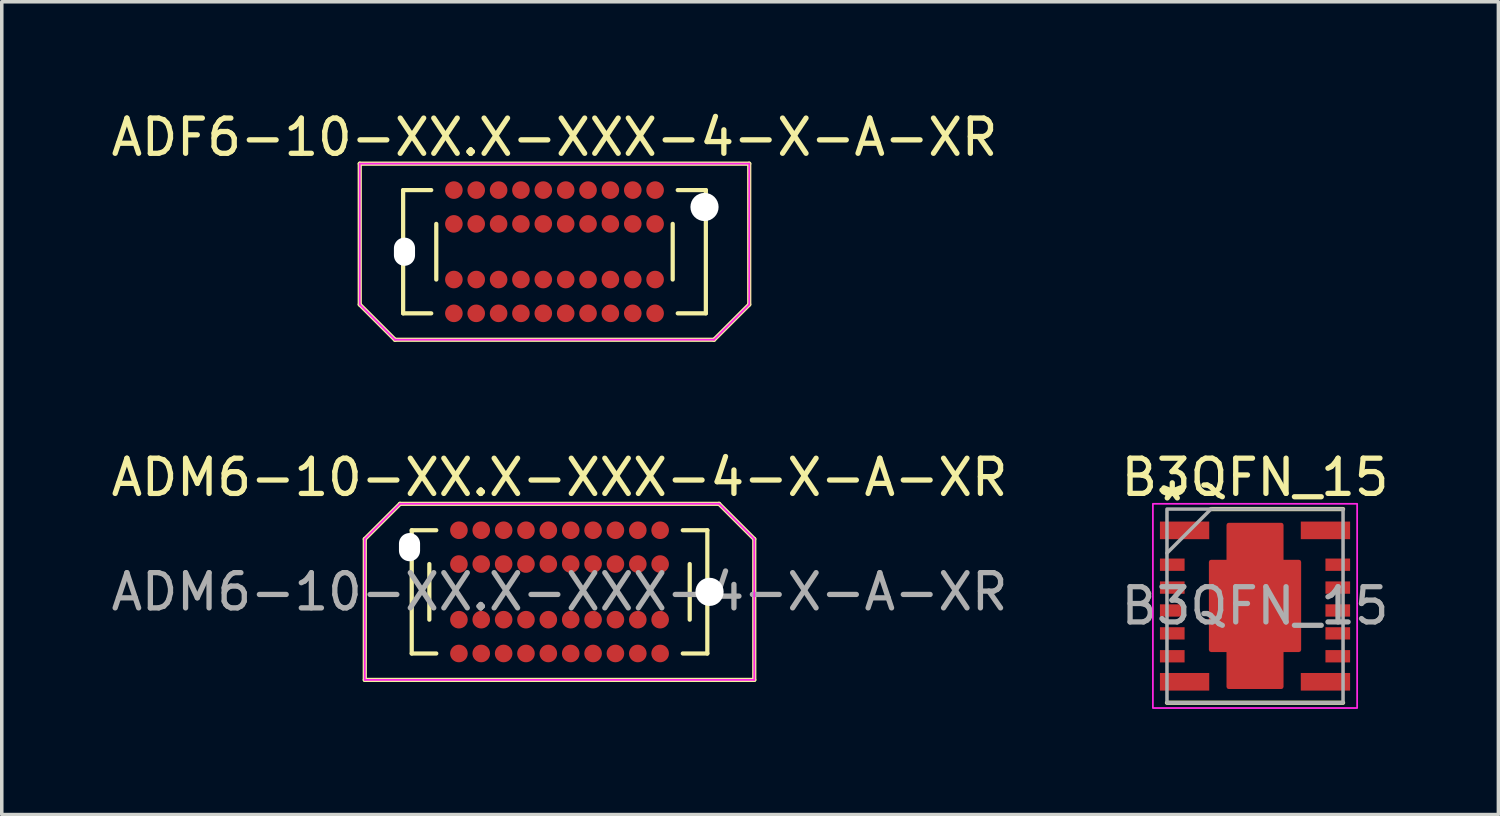
<source format=kicad_pcb>
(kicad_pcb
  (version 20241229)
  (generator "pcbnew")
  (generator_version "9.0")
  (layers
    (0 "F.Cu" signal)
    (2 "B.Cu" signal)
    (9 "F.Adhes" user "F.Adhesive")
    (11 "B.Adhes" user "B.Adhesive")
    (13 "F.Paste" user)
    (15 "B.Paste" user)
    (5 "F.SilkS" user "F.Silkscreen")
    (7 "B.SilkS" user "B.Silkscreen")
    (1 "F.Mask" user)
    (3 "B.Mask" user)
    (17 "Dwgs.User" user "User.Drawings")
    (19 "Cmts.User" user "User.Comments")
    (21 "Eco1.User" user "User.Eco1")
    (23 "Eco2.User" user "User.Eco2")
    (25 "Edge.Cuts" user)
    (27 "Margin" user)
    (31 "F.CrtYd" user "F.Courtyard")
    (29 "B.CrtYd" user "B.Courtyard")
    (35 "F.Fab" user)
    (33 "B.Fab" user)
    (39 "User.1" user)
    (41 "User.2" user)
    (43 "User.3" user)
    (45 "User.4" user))
  (footprint "ADM6-10-XX.X-XXX-4-X-A-XR"
    (layer "F.Cu")
    (at 12.839 13.757)
    (property "Reference" "ADM6-10-XX.X-XXX-4-X-A-XR" (at 0 -3.25 0) (layer "F.SilkS") (effects (font (size 1 1) (thickness 0.15))))
    (attr smd)
    (fp_line (start -5.53 -1.5) (end -5.53 2.5) (stroke (width 0.12) (type solid)) (layer "F.SilkS"))
    (fp_line (start -5.53 2.5) (end 5.53 2.5) (stroke (width 0.12) (type solid)) (layer "F.SilkS"))
    (fp_line (start -4.53 -2.5) (end -5.53 -1.5) (stroke (width 0.12) (type solid)) (layer "F.SilkS"))
    (fp_line (start -4.53 -2.5) (end 4.53 -2.5) (stroke (width 0.12) (type solid)) (layer "F.SilkS"))
    (fp_line (start -4.197 -1.75) (end -4.197 1.75) (stroke (width 0.12) (type solid)) (layer "F.SilkS"))
    (fp_line (start -4.197 -1.75) (end -3.5 -1.75) (stroke (width 0.12) (type solid)) (layer "F.SilkS"))
    (fp_line (start -4.197 1.75) (end -3.5 1.75) (stroke (width 0.12) (type solid)) (layer "F.SilkS"))
    (fp_line (start -3.697 -0.79) (end -3.697 0.79) (stroke (width 0.12) (type solid)) (layer "F.SilkS"))
    (fp_line (start 3.697 0.79) (end 3.697 -0.79) (stroke (width 0.12) (type solid)) (layer "F.SilkS"))
    (fp_line (start 4.197 -1.75) (end 3.5 -1.75) (stroke (width 0.12) (type solid)) (layer "F.SilkS"))
    (fp_line (start 4.197 1.75) (end 3.5 1.75) (stroke (width 0.12) (type solid)) (layer "F.SilkS"))
    (fp_line (start 4.197 1.75) (end 4.197 -1.75) (stroke (width 0.12) (type solid)) (layer "F.SilkS"))
    (fp_line (start 4.53 -2.5) (end 5.53 -1.5) (stroke (width 0.12) (type solid)) (layer "F.SilkS"))
    (fp_line (start 5.53 -1.5) (end 5.53 2.5) (stroke (width 0.12) (type solid)) (layer "F.SilkS"))
    (fp_line (start -5.53 -1.5) (end -4.53 -2.5) (stroke (width 0.05) (type solid)) (layer "F.CrtYd"))
    (fp_line (start -5.53 2.5) (end -5.53 -1.5) (stroke (width 0.05) (type solid)) (layer "F.CrtYd"))
    (fp_line (start -4.53 -2.5) (end 4.53 -2.5) (stroke (width 0.05) (type solid)) (layer "F.CrtYd"))
    (fp_line (start 4.53 -2.5) (end 5.53 -1.5) (stroke (width 0.05) (type solid)) (layer "F.CrtYd"))
    (fp_line (start 5.53 -1.5) (end 5.53 2.5) (stroke (width 0.05) (type solid)) (layer "F.CrtYd"))
    (fp_line (start 5.53 2.5) (end -5.53 2.5) (stroke (width 0.05) (type solid)) (layer "F.CrtYd"))
    (fp_text user "${REFERENCE}" (at 0 0 0) (layer "F.Fab") (effects (font (size 1 1) (thickness 0.15))))
    (pad "" np_thru_hole oval (at -4.26 -1.27) (size 0.6 0.8) (drill oval 0.6 0.8) (layers "*.Cu" "*.Mask"))
    (pad "" np_thru_hole circle (at 4.26 0) (size 0.8 0.8) (drill 0.8) (layers "*.Cu" "*.Mask"))
    (pad "A01" smd circle (at 2.857 -1.75) (size 0.5 0.5) (layers "F.Cu" "F.Mask" "F.Paste"))
    (pad "A02" smd circle (at 2.223 -1.75) (size 0.5 0.5) (layers "F.Cu" "F.Mask" "F.Paste"))
    (pad "A03" smd circle (at 1.587 -1.75) (size 0.5 0.5) (layers "F.Cu" "F.Mask" "F.Paste"))
    (pad "A04" smd circle (at 0.953 -1.75) (size 0.5 0.5) (layers "F.Cu" "F.Mask" "F.Paste"))
    (pad "A05" smd circle (at 0.318 -1.75) (size 0.5 0.5) (layers "F.Cu" "F.Mask" "F.Paste"))
    (pad "A06" smd circle (at -0.318 -1.75) (size 0.5 0.5) (layers "F.Cu" "F.Mask" "F.Paste"))
    (pad "A07" smd circle (at -0.953 -1.75) (size 0.5 0.5) (layers "F.Cu" "F.Mask" "F.Paste"))
    (pad "A08" smd circle (at -1.587 -1.75) (size 0.5 0.5) (layers "F.Cu" "F.Mask" "F.Paste"))
    (pad "A09" smd circle (at -2.223 -1.75) (size 0.5 0.5) (layers "F.Cu" "F.Mask" "F.Paste"))
    (pad "A10" smd circle (at -2.857 -1.75) (size 0.5 0.5) (layers "F.Cu" "F.Mask" "F.Paste"))
    (pad "B01" smd circle (at 2.857 -0.79) (size 0.5 0.5) (layers "F.Cu" "F.Mask" "F.Paste"))
    (pad "B02" smd circle (at 2.223 -0.79) (size 0.5 0.5) (layers "F.Cu" "F.Mask" "F.Paste"))
    (pad "B03" smd circle (at 1.587 -0.79) (size 0.5 0.5) (layers "F.Cu" "F.Mask" "F.Paste"))
    (pad "B04" smd circle (at 0.953 -0.79) (size 0.5 0.5) (layers "F.Cu" "F.Mask" "F.Paste"))
    (pad "B05" smd circle (at 0.318 -0.79) (size 0.5 0.5) (layers "F.Cu" "F.Mask" "F.Paste"))
    (pad "B06" smd circle (at -0.318 -0.79) (size 0.5 0.5) (layers "F.Cu" "F.Mask" "F.Paste"))
    (pad "B07" smd circle (at -0.953 -0.79) (size 0.5 0.5) (layers "F.Cu" "F.Mask" "F.Paste"))
    (pad "B08" smd circle (at -1.587 -0.79) (size 0.5 0.5) (layers "F.Cu" "F.Mask" "F.Paste"))
    (pad "B09" smd circle (at -2.223 -0.79) (size 0.5 0.5) (layers "F.Cu" "F.Mask" "F.Paste"))
    (pad "B10" smd circle (at -2.857 -0.79) (size 0.5 0.5) (layers "F.Cu" "F.Mask" "F.Paste"))
    (pad "C01" smd circle (at 2.857 0.79) (size 0.5 0.5) (layers "F.Cu" "F.Mask" "F.Paste"))
    (pad "C02" smd circle (at 2.223 0.79) (size 0.5 0.5) (layers "F.Cu" "F.Mask" "F.Paste"))
    (pad "C03" smd circle (at 1.587 0.79) (size 0.5 0.5) (layers "F.Cu" "F.Mask" "F.Paste"))
    (pad "C04" smd circle (at 0.953 0.79) (size 0.5 0.5) (layers "F.Cu" "F.Mask" "F.Paste"))
    (pad "C05" smd circle (at 0.318 0.79) (size 0.5 0.5) (layers "F.Cu" "F.Mask" "F.Paste"))
    (pad "C06" smd circle (at -0.318 0.79) (size 0.5 0.5) (layers "F.Cu" "F.Mask" "F.Paste"))
    (pad "C07" smd circle (at -0.953 0.79) (size 0.5 0.5) (layers "F.Cu" "F.Mask" "F.Paste"))
    (pad "C08" smd circle (at -1.587 0.79) (size 0.5 0.5) (layers "F.Cu" "F.Mask" "F.Paste"))
    (pad "C09" smd circle (at -2.223 0.79) (size 0.5 0.5) (layers "F.Cu" "F.Mask" "F.Paste"))
    (pad "C10" smd circle (at -2.857 0.79) (size 0.5 0.5) (layers "F.Cu" "F.Mask" "F.Paste"))
    (pad "D01" smd circle (at 2.857 1.75) (size 0.5 0.5) (layers "F.Cu" "F.Mask" "F.Paste"))
    (pad "D02" smd circle (at 2.223 1.75) (size 0.5 0.5) (layers "F.Cu" "F.Mask" "F.Paste"))
    (pad "D03" smd circle (at 1.587 1.75) (size 0.5 0.5) (layers "F.Cu" "F.Mask" "F.Paste"))
    (pad "D04" smd circle (at 0.953 1.75) (size 0.5 0.5) (layers "F.Cu" "F.Mask" "F.Paste"))
    (pad "D05" smd circle (at 0.318 1.75) (size 0.5 0.5) (layers "F.Cu" "F.Mask" "F.Paste"))
    (pad "D06" smd circle (at -0.318 1.75) (size 0.5 0.5) (layers "F.Cu" "F.Mask" "F.Paste"))
    (pad "D07" smd circle (at -0.953 1.75) (size 0.5 0.5) (layers "F.Cu" "F.Mask" "F.Paste"))
    (pad "D08" smd circle (at -1.587 1.75) (size 0.5 0.5) (layers "F.Cu" "F.Mask" "F.Paste"))
    (pad "D09" smd circle (at -2.223 1.75) (size 0.5 0.5) (layers "F.Cu" "F.Mask" "F.Paste"))
    (pad "D10" smd circle (at -2.857 1.75) (size 0.5 0.5) (layers "F.Cu" "F.Mask" "F.Paste")))
  (footprint "ADF6-10-XX.X-XXX-4-X-A-XR"
    (layer "F.Cu")
    (at 12.696 4.098)
    (property "Reference" "ADF6-10-XX.X-XXX-4-X-A-XR" (at 0 -3.25 0) (layer "F.SilkS") (effects (font (size 1 1) (thickness 0.15))))
    (attr through_hole)
    (fp_line (start -5.53 -2.5) (end 5.53 -2.5) (stroke (width 0.12) (type solid)) (layer "F.SilkS"))
    (fp_line (start -5.53 1.5) (end -5.53 -2.5) (stroke (width 0.12) (type solid)) (layer "F.SilkS"))
    (fp_line (start -5.53 1.5) (end -4.53 2.5) (stroke (width 0.12) (type solid)) (layer "F.SilkS"))
    (fp_line (start -4.53 2.5) (end 4.53 2.5) (stroke (width 0.12) (type solid)) (layer "F.SilkS"))
    (fp_line (start -4.298 -1.75) (end -3.5 -1.75) (stroke (width 0.12) (type solid)) (layer "F.SilkS"))
    (fp_line (start -4.298 1.75) (end -4.298 -1.75) (stroke (width 0.12) (type solid)) (layer "F.SilkS"))
    (fp_line (start -4.298 1.75) (end -3.5 1.75) (stroke (width 0.12) (type solid)) (layer "F.SilkS"))
    (fp_line (start -3.357 0.79) (end -3.357 -0.79) (stroke (width 0.12) (type solid)) (layer "F.SilkS"))
    (fp_line (start 3.357 -0.79) (end 3.357 0.79) (stroke (width 0.12) (type solid)) (layer "F.SilkS"))
    (fp_line (start 4.298 -1.75) (end 3.5 -1.75) (stroke (width 0.12) (type solid)) (layer "F.SilkS"))
    (fp_line (start 4.298 -1.75) (end 4.298 1.75) (stroke (width 0.12) (type solid)) (layer "F.SilkS"))
    (fp_line (start 4.298 1.75) (end 3.5 1.75) (stroke (width 0.12) (type solid)) (layer "F.SilkS"))
    (fp_line (start 5.53 1.5) (end 4.53 2.5) (stroke (width 0.12) (type solid)) (layer "F.SilkS"))
    (fp_line (start 5.53 1.5) (end 5.53 -2.5) (stroke (width 0.12) (type solid)) (layer "F.SilkS"))
    (fp_line (start -5.53 -2.5) (end -5.53 1.5) (stroke (width 0.05) (type solid)) (layer "F.CrtYd"))
    (fp_line (start -5.53 1.5) (end -4.53 2.5) (stroke (width 0.05) (type solid)) (layer "F.CrtYd"))
    (fp_line (start -4.53 2.5) (end 4.53 2.5) (stroke (width 0.05) (type solid)) (layer "F.CrtYd"))
    (fp_line (start 4.53 2.5) (end 5.53 1.5) (stroke (width 0.05) (type solid)) (layer "F.CrtYd"))
    (fp_line (start 5.53 -2.5) (end -5.53 -2.5) (stroke (width 0.05) (type solid)) (layer "F.CrtYd"))
    (fp_line (start 5.53 1.5) (end 5.53 -2.5) (stroke (width 0.05) (type solid)) (layer "F.CrtYd"))
    (pad "" np_thru_hole oval (at -4.26 0) (size 0.6 0.8) (drill oval 0.6 0.8) (layers "*.Cu" "*.Mask"))
    (pad "" np_thru_hole circle (at 4.26 -1.27) (size 0.8 0.8) (drill 0.8) (layers "*.Cu" "*.Mask"))
    (pad "A01" smd circle (at 2.857 1.75) (size 0.5 0.5) (layers "F.Cu" "F.Mask" "F.Paste"))
    (pad "A02" smd circle (at 2.223 1.75) (size 0.5 0.5) (layers "F.Cu" "F.Mask" "F.Paste"))
    (pad "A03" smd circle (at 1.587 1.75) (size 0.5 0.5) (layers "F.Cu" "F.Mask" "F.Paste"))
    (pad "A04" smd circle (at 0.953 1.75) (size 0.5 0.5) (layers "F.Cu" "F.Mask" "F.Paste"))
    (pad "A05" smd circle (at 0.318 1.75) (size 0.5 0.5) (layers "F.Cu" "F.Mask" "F.Paste"))
    (pad "A06" smd circle (at -0.318 1.75) (size 0.5 0.5) (layers "F.Cu" "F.Mask" "F.Paste"))
    (pad "A07" smd circle (at -0.953 1.75) (size 0.5 0.5) (layers "F.Cu" "F.Mask" "F.Paste"))
    (pad "A08" smd circle (at -1.587 1.75) (size 0.5 0.5) (layers "F.Cu" "F.Mask" "F.Paste"))
    (pad "A09" smd circle (at -2.223 1.75) (size 0.5 0.5) (layers "F.Cu" "F.Mask" "F.Paste"))
    (pad "A10" smd circle (at -2.857 1.75) (size 0.5 0.5) (layers "F.Cu" "F.Mask" "F.Paste"))
    (pad "B01" smd circle (at 2.857 0.79) (size 0.5 0.5) (layers "F.Cu" "F.Mask" "F.Paste"))
    (pad "B02" smd circle (at 2.223 0.79) (size 0.5 0.5) (layers "F.Cu" "F.Mask" "F.Paste"))
    (pad "B03" smd circle (at 1.587 0.79) (size 0.5 0.5) (layers "F.Cu" "F.Mask" "F.Paste"))
    (pad "B04" smd circle (at 0.953 0.79) (size 0.5 0.5) (layers "F.Cu" "F.Mask" "F.Paste"))
    (pad "B05" smd circle (at 0.318 0.79) (size 0.5 0.5) (layers "F.Cu" "F.Mask" "F.Paste"))
    (pad "B06" smd circle (at -0.318 0.79) (size 0.5 0.5) (layers "F.Cu" "F.Mask" "F.Paste"))
    (pad "B07" smd circle (at -0.953 0.79) (size 0.5 0.5) (layers "F.Cu" "F.Mask" "F.Paste"))
    (pad "B08" smd circle (at -1.587 0.79) (size 0.5 0.5) (layers "F.Cu" "F.Mask" "F.Paste"))
    (pad "B09" smd circle (at -2.223 0.79) (size 0.5 0.5) (layers "F.Cu" "F.Mask" "F.Paste"))
    (pad "B10" smd circle (at -2.857 0.79) (size 0.5 0.5) (layers "F.Cu" "F.Mask" "F.Paste"))
    (pad "C01" smd circle (at 2.857 -0.79) (size 0.5 0.5) (layers "F.Cu" "F.Mask" "F.Paste"))
    (pad "C02" smd circle (at 2.223 -0.79) (size 0.5 0.5) (layers "F.Cu" "F.Mask" "F.Paste"))
    (pad "C03" smd circle (at 1.587 -0.79) (size 0.5 0.5) (layers "F.Cu" "F.Mask" "F.Paste"))
    (pad "C04" smd circle (at 0.953 -0.79) (size 0.5 0.5) (layers "F.Cu" "F.Mask" "F.Paste"))
    (pad "C05" smd circle (at 0.318 -0.79) (size 0.5 0.5) (layers "F.Cu" "F.Mask" "F.Paste"))
    (pad "C06" smd circle (at -0.318 -0.79) (size 0.5 0.5) (layers "F.Cu" "F.Mask" "F.Paste"))
    (pad "C07" smd circle (at -0.953 -0.79) (size 0.5 0.5) (layers "F.Cu" "F.Mask" "F.Paste"))
    (pad "C08" smd circle (at -1.587 -0.79) (size 0.5 0.5) (layers "F.Cu" "F.Mask" "F.Paste"))
    (pad "C09" smd circle (at -2.223 -0.79) (size 0.5 0.5) (layers "F.Cu" "F.Mask" "F.Paste"))
    (pad "C10" smd circle (at -2.857 -0.79) (size 0.5 0.5) (layers "F.Cu" "F.Mask" "F.Paste"))
    (pad "D01" smd circle (at 2.857 -1.75) (size 0.5 0.5) (layers "F.Cu" "F.Mask" "F.Paste"))
    (pad "D02" smd circle (at 2.223 -1.75) (size 0.5 0.5) (layers "F.Cu" "F.Mask" "F.Paste"))
    (pad "D03" smd circle (at 1.587 -1.75) (size 0.5 0.5) (layers "F.Cu" "F.Mask" "F.Paste"))
    (pad "D04" smd circle (at 0.953 -1.75) (size 0.5 0.5) (layers "F.Cu" "F.Mask" "F.Paste"))
    (pad "D05" smd circle (at 0.318 -1.75) (size 0.5 0.5) (layers "F.Cu" "F.Mask" "F.Paste"))
    (pad "D06" smd circle (at -0.318 -1.75) (size 0.5 0.5) (layers "F.Cu" "F.Mask" "F.Paste"))
    (pad "D07" smd circle (at -0.953 -1.75) (size 0.5 0.5) (layers "F.Cu" "F.Mask" "F.Paste"))
    (pad "D08" smd circle (at -1.587 -1.75) (size 0.5 0.5) (layers "F.Cu" "F.Mask" "F.Paste"))
    (pad "D09" smd circle (at -2.223 -1.75) (size 0.5 0.5) (layers "F.Cu" "F.Mask" "F.Paste"))
    (pad "D10" smd circle (at -2.857 -1.75) (size 0.5 0.5) (layers "F.Cu" "F.Mask" "F.Paste")))
  (footprint "B3QFN_15"
    (layer "F.Cu")
    (at 32.589 14.156)
    (property "Reference" "B3QFN_15" (at 0 -3.65 0) (unlocked yes) (layer "F.SilkS") (effects (font (size 1 1) (thickness 0.15))))
    (attr smd)
    (fp_line (start -2.5 2.75) (end 2.5 2.75) (stroke (width 0.12) (type solid)) (layer "F.SilkS"))
    (fp_line (start -1.25 -2.75) (end 2.5 -2.75) (stroke (width 0.12) (type solid)) (layer "F.SilkS"))
    (fp_rect (start -2.9 -2.9) (end 2.9 2.9) (stroke (width 0.05) (type solid)) (fill no) (layer "F.CrtYd"))
    (fp_line (start -2.5 -1.5) (end -1.25 -2.75) (stroke (width 0.1) (type solid)) (layer "F.Fab"))
    (fp_rect (start -2.5 -2.75) (end 2.5 2.75) (stroke (width 0.1) (type solid)) (fill no) (layer "F.Fab"))
    (fp_text user "*" (at -2.35 -2.95 0) (layer "F.SilkS") (effects (font (size 1 1) (thickness 0.15))))
    (fp_text user "${REFERENCE}" (at 0 0 0) (layer "F.Fab") (effects (font (size 1 1) (thickness 0.15))))
    (pad "1" smd rect (at -2 -2.145) (size 1.4 0.5) (layers "F.Cu" "F.Mask" "F.Paste"))
    (pad "2" smd rect (at -2.35 -1.17) (size 0.7 0.35) (layers "F.Cu" "F.Mask" "F.Paste"))
    (pad "3" smd rect (at -2.35 -0.52) (size 0.7 0.35) (layers "F.Cu" "F.Mask" "F.Paste"))
    (pad "4" smd rect (at -2.35 0.13) (size 0.7 0.35) (layers "F.Cu" "F.Mask" "F.Paste"))
    (pad "5" smd rect (at -2.35 0.78) (size 0.7 0.35) (layers "F.Cu" "F.Mask" "F.Paste"))
    (pad "6" smd rect (at -2.35 1.43) (size 0.7 0.35) (layers "F.Cu" "F.Mask" "F.Paste"))
    (pad "7" smd rect (at -2 2.155) (size 1.4 0.5) (layers "F.Cu" "F.Mask" "F.Paste"))
    (pad "8" smd rect (at 2 2.155) (size 1.4 0.5) (layers "F.Cu" "F.Mask" "F.Paste"))
    (pad "9" smd rect (at 2.35 1.43) (size 0.7 0.35) (layers "F.Cu" "F.Mask" "F.Paste"))
    (pad "10" smd rect (at 2.35 0.78) (size 0.7 0.35) (layers "F.Cu" "F.Mask" "F.Paste"))
    (pad "11" smd rect (at 2.35 0.13) (size 0.7 0.35) (layers "F.Cu" "F.Mask" "F.Paste"))
    (pad "12" smd rect (at 2.35 -0.52) (size 0.7 0.35) (layers "F.Cu" "F.Mask" "F.Paste"))
    (pad "13" smd rect (at 2.35 -1.17) (size 0.7 0.35) (layers "F.Cu" "F.Mask" "F.Paste"))
    (pad "14" smd rect (at 2 -2.145) (size 1.4 0.5) (layers "F.Cu" "F.Mask" "F.Paste"))
    (pad "15" smd custom (at 0 0) (size 1.5 4.6) (layers "F.Cu" "F.Mask" "F.Paste") (options (anchor rect)) (primitives (gr_poly (pts (xy -0.75 -2.3) (xy 0.75 -2.3) (xy 0.75 -1.25) (xy 1.25 -1.25) (xy 1.25 1.25) (xy 0.75 1.25) (xy 0.75 2.3) (xy -0.75 2.3) (xy -0.75 1.25) (xy -1.25 1.25) (xy -1.25 -1.25) (xy -0.75 -1.25)) (width 0.12) (fill yes)))))
  (gr_rect
    (start -3 -3)
    (end 39.5 20.081)
    (stroke (width 0.1) (type default))
    (fill no)
    (layer "Edge.Cuts")))
</source>
